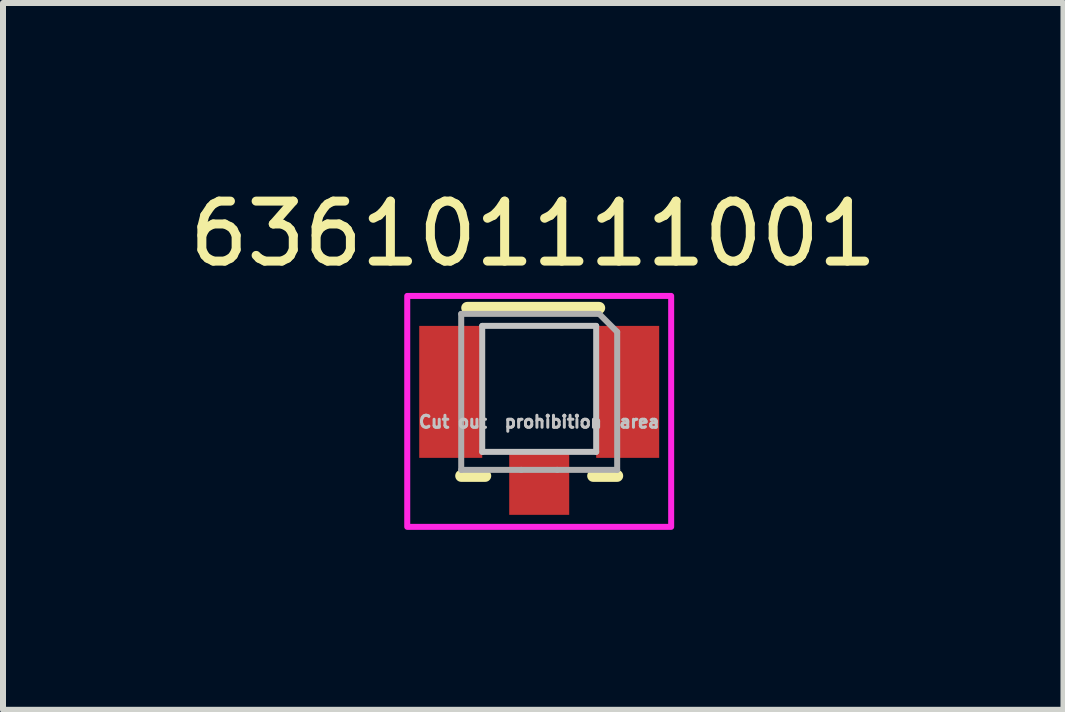
<source format=kicad_pcb>
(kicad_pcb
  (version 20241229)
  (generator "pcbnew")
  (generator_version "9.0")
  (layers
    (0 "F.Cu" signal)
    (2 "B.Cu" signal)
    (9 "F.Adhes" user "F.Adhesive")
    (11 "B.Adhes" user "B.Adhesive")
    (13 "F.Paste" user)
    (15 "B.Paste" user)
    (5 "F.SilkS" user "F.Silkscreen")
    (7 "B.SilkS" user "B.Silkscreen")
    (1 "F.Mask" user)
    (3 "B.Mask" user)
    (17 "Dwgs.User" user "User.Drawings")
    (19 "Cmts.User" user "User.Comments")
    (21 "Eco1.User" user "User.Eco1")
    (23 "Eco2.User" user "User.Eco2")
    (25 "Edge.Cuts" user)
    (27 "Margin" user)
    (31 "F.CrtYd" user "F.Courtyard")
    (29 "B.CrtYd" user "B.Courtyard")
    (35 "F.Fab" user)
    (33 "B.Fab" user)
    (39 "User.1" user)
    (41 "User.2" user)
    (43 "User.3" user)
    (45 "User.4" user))
  (footprint "636101111001"
    (layer "F.Cu")
    (at 5.939 3.483)
    (property "Reference" "636101111001" (at -0.1 -2.635 0) (layer "F.SilkS") (effects (font (size 1 1) (thickness 0.15))))
    (attr smd)
    (fp_line (start -1.2 -1.4) (end 1 -1.4) (stroke (width 0.2) (type solid)) (layer "F.SilkS"))
    (fp_line (start -0.9 1.4) (end -1.3 1.4) (stroke (width 0.2) (type solid)) (layer "F.SilkS"))
    (fp_line (start 0.9 1.4) (end 1.3 1.4) (stroke (width 0.2) (type solid)) (layer "F.SilkS"))
    (fp_line (start -0.95 -1.1) (end 0.95 -1.1) (stroke (width 0.1) (type solid)) (layer "Dwgs.User"))
    (fp_line (start -0.95 1) (end -0.95 -1.1) (stroke (width 0.1) (type solid)) (layer "Dwgs.User"))
    (fp_line (start 0.95 -1.1) (end 0.95 1) (stroke (width 0.1) (type solid)) (layer "Dwgs.User"))
    (fp_line (start 0.95 1) (end -0.95 1) (stroke (width 0.1) (type solid)) (layer "Dwgs.User"))
    (fp_poly (pts (xy -2.2 -1.6) (xy 2.2 -1.6) (xy 2.2 2.25) (xy -2.2 2.25)) (stroke (width 0.1) (type solid)) (fill no) (layer "F.CrtYd"))
    (fp_line (start -1.3 -1.3) (end 1 -1.3) (stroke (width 0.1) (type solid)) (layer "F.Fab"))
    (fp_line (start -1.3 1.3) (end -1.3 -1.3) (stroke (width 0.1) (type solid)) (layer "F.Fab"))
    (fp_line (start -0.3 1.3) (end -1.3 1.3) (stroke (width 0.1) (type solid)) (layer "F.Fab"))
    (fp_line (start 0.3 1.3) (end -0.3 1.3) (stroke (width 0.1) (type solid)) (layer "F.Fab"))
    (fp_line (start 1 -1.3) (end 1.3 -1) (stroke (width 0.1) (type solid)) (layer "F.Fab"))
    (fp_line (start 1.3 -1) (end 1.3 1.3) (stroke (width 0.1) (type solid)) (layer "F.Fab"))
    (fp_line (start 1.3 1.3) (end 0.3 1.3) (stroke (width 0.1) (type solid)) (layer "F.Fab"))
    (fp_text user "Cut out  prohibition  area" (at 0 0.5 0) (layer "Dwgs.User") (effects (font (size 0.2 0.2) (thickness 0.15))))
    (pad "1" smd rect (at 0 1.525) (size 1 1.05) (layers "F.Cu" "F.Mask" "F.Paste"))
    (pad "2" smd rect (at 1.475 0) (size 1.05 2.2) (layers "F.Cu" "F.Mask" "F.Paste"))
    (pad "3" smd rect (at -1.475 0) (size 1.05 2.2) (layers "F.Cu" "F.Mask" "F.Paste"))
    (zone (net_name "") (layer "F.Cu") (hatch full 0.508) (connect_pads) (min_thickness 0.1) (filled_areas_thickness no) (keepout (tracks not_allowed) (vias not_allowed) (pads not_allowed) (copperpour not_allowed) (footprints allowed)) (placement (enabled no)) (fill) (polygon (pts (xy 4.989 2.383) (xy 6.889 2.383) (xy 6.889 4.483) (xy 4.989 4.483))))
    (zone (net_name "") (layers "F.Cu" "B.Cu") (hatch full 0.508) (connect_pads) (min_thickness 0.1) (filled_areas_thickness no) (keepout (tracks allowed) (vias not_allowed) (pads allowed) (copperpour allowed) (footprints allowed)) (placement (enabled no)) (fill) (polygon (pts (xy 4.989 2.383) (xy 6.889 2.383) (xy 6.889 4.483) (xy 4.989 4.483)))))
  (gr_rect
    (start -3 -3)
    (end 14.679 8.783)
    (stroke (width 0.1) (type default))
    (fill no)
    (layer "Edge.Cuts")))
</source>
